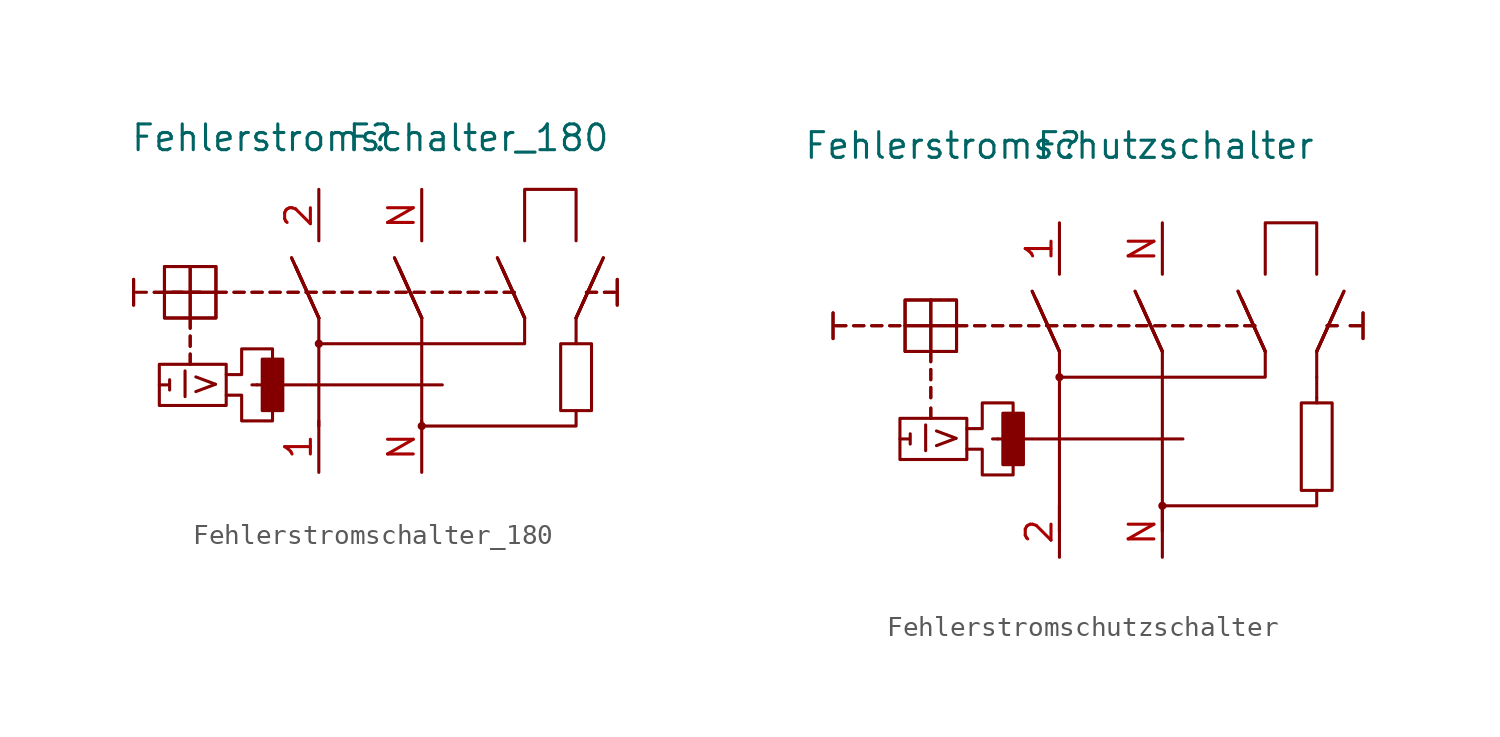
<source format=kicad_sym>
(kicad_symbol_lib
  (version 20231120)
  (generator "kicad_symbol_editor")
  (generator_version "8.0")
  (symbol "Fehlerstromschalter_180"
    (pin_names
      (offset 1.016))
    (property "Reference" "F"
      (at 2.54 2.54 0)
      (effects (font (size 1.27 1.27))))
    (property "Value" "Fehlerstromschalter_180"
      (at 2.54 2.54 0)
      (effects (font (size 1.27 1.27))))
    (symbol "Fehlerstromschalter_180_0_1"
      (polyline (pts (xy 0 -6.35) (xy 0 -11.684)) (stroke (width 0) (type solid)) (fill (type none)))
      (polyline (pts (xy 5.08 -6.35) (xy 5.08 -11.684)) (stroke (width 0) (type solid)) (fill (type none)))
      (rectangle (start 11.938 -7.62) (end 13.462 -10.922) (stroke (width 0) (type solid)) (fill (type none))))
    (symbol "Fehlerstromschalter_180_1_0"
      (circle (center 0 -7.62) (radius 0.127) (stroke (width 0) (type solid)) (fill (type none)))
      (polyline (pts (xy -9.144 -4.445) (xy -9.144 -5.715)) (stroke (width 0) (type solid)) (fill (type none)))
      (polyline (pts (xy -9.144 -4.445) (xy -9.144 -5.715)) (stroke (width 0) (type solid)) (fill (type none)))
      (polyline (pts (xy -7.62 -5.08) (xy -5.08 -5.08)) (stroke (width 0) (type solid)) (fill (type none)))
      (polyline (pts (xy -7.62 -5.08) (xy -5.08 -5.08)) (stroke (width 0) (type solid)) (fill (type none)))
      (polyline (pts (xy -3.048 -9.652) (xy -3.302 -9.652)) (stroke (width 0) (type solid)) (fill (type none)))
      (polyline (pts (xy -3.048 -9.652) (xy 6.096 -9.652)) (stroke (width 0) (type solid)) (fill (type none)))
      (polyline (pts (xy 14.732 -4.445) (xy 14.732 -5.715)) (stroke (width 0) (type solid)) (fill (type none)))
      (polyline (pts (xy 14.732 -4.445) (xy 14.732 -5.715)) (stroke (width 0) (type solid)) (fill (type none)))
      (polyline (pts (xy -6.35 -3.81) (xy -6.35 -6.35) (xy -6.35 -5.08)) (stroke (width 0) (type solid)) (fill (type none)))
      (polyline (pts (xy -6.35 -3.81) (xy -6.35 -6.35) (xy -6.35 -5.08)) (stroke (width 0) (type solid)) (fill (type none)))
      (polyline (pts (xy 12.7 -10.922) (xy 12.7 -11.684) (xy 5.08 -11.684)) (stroke (width 0) (type solid)) (fill (type none)))
      (polyline (pts (xy -7.874 -9.652) (xy -7.366 -9.652) (xy -7.366 -9.398) (xy -7.366 -9.906)) (stroke (width 0) (type solid)) (fill (type none)))
      (circle (center 5.08 -11.684) (radius 0.127) (stroke (width 0) (type solid)) (fill (type none)))
      (text ">" (at -5.588 -9.525 0) (effects (font (size 1.27 1.27))))
      (text "I" (at -6.604 -9.652 0) (effects (font (size 1.27 1.27)))))
    (symbol "Fehlerstromschalter_180_1_1"
      (rectangle (start -8.509 -5.08) (end -9.017 -5.08) (stroke (width 0) (type solid)) (fill (type none)))
      (rectangle (start -7.62 -5.08) (end -8.128 -5.08) (stroke (width 0) (type solid)) (fill (type none)))
      (rectangle (start -7.62 -5.08) (end -8.128 -5.08) (stroke (width 0) (type solid)) (fill (type none)))
      (rectangle (start -7.62 -3.81) (end -5.08 -6.35) (stroke (width 0) (type solid)) (fill (type none)))
      (rectangle (start -7.62 -3.81) (end -5.08 -6.35) (stroke (width 0) (type solid)) (fill (type none)))
      (rectangle (start -6.731 -5.08) (end -7.239 -5.08) (stroke (width 0) (type solid)) (fill (type none)))
      (rectangle (start -6.731 -5.08) (end -7.239 -5.08) (stroke (width 0) (type solid)) (fill (type none)))
      (rectangle (start -6.35 -8.128) (end -6.35 -8.636) (stroke (width 0) (type solid)) (fill (type none)))
      (rectangle (start -6.35 -8.128) (end -6.35 -8.636) (stroke (width 0) (type solid)) (fill (type none)))
      (rectangle (start -6.35 -7.239) (end -6.35 -7.747) (stroke (width 0) (type solid)) (fill (type none)))
      (rectangle (start -6.35 -7.239) (end -6.35 -7.747) (stroke (width 0) (type solid)) (fill (type none)))
      (rectangle (start -6.35 -6.35) (end -6.35 -6.858) (stroke (width 0) (type solid)) (fill (type none)))
      (rectangle (start -6.35 -6.35) (end -6.35 -6.858) (stroke (width 0) (type solid)) (fill (type none)))
      (rectangle (start -5.842 -5.08) (end -6.35 -5.08) (stroke (width 0) (type solid)) (fill (type none)))
      (rectangle (start -5.842 -5.08) (end -6.35 -5.08) (stroke (width 0) (type solid)) (fill (type none)))
      (rectangle (start -4.572 -8.636) (end -7.874 -10.668) (stroke (width 0) (type solid)) (fill (type none)))
      (rectangle (start -4.572 -5.08) (end -5.08 -5.08) (stroke (width 0) (type solid)) (fill (type none)))
      (rectangle (start -4.572 -5.08) (end -5.08 -5.08) (stroke (width 0) (type solid)) (fill (type none)))
      (rectangle (start -3.683 -5.08) (end -4.191 -5.08) (stroke (width 0) (type solid)) (fill (type none)))
      (rectangle (start -3.683 -5.08) (end -4.191 -5.08) (stroke (width 0) (type solid)) (fill (type none)))
      (rectangle (start -2.794 -5.08) (end -3.302 -5.08) (stroke (width 0) (type solid)) (fill (type none)))
      (rectangle (start -2.794 -5.08) (end -3.302 -5.08) (stroke (width 0) (type solid)) (fill (type none)))
      (rectangle (start -1.905 -5.08) (end -2.413 -5.08) (stroke (width 0) (type solid)) (fill (type none)))
      (rectangle (start -1.905 -5.08) (end -2.413 -5.08) (stroke (width 0) (type solid)) (fill (type none)))
      (rectangle (start -1.016 -5.08) (end -1.524 -5.08) (stroke (width 0) (type solid)) (fill (type none)))
      (rectangle (start -1.016 -5.08) (end -1.524 -5.08) (stroke (width 0) (type solid)) (fill (type none)))
      (rectangle (start -0.127 -5.08) (end -0.635 -5.08) (stroke (width 0) (type solid)) (fill (type none)))
      (rectangle (start -0.127 -5.08) (end -0.635 -5.08) (stroke (width 0) (type solid)) (fill (type none)))
      (polyline (pts (xy 0 -6.35) (xy -1.346 -3.378)) (stroke (width 0) (type solid)) (fill (type none)))
      (polyline (pts (xy 0 -6.35) (xy -1.346 -3.378)) (stroke (width 0) (type solid)) (fill (type none)))
      (polyline (pts (xy 0 -6.35) (xy -1.143 -3.81)) (stroke (width 0) (type solid)) (fill (type none)))
      (polyline (pts (xy 0 -6.35) (xy -1.143 -3.81)) (stroke (width 0) (type solid)) (fill (type none)))
      (polyline (pts (xy 5.08 -6.35) (xy 3.734 -3.378)) (stroke (width 0) (type solid)) (fill (type none)))
      (polyline (pts (xy 5.08 -6.35) (xy 3.734 -3.378)) (stroke (width 0) (type solid)) (fill (type none)))
      (polyline (pts (xy 5.08 -6.35) (xy 3.937 -3.81)) (stroke (width 0) (type solid)) (fill (type none)))
      (polyline (pts (xy 5.08 -6.35) (xy 3.937 -3.81)) (stroke (width 0) (type solid)) (fill (type none)))
      (polyline (pts (xy 10.16 -6.35) (xy 8.814 -3.378)) (stroke (width 0) (type solid)) (fill (type none)))
      (polyline (pts (xy 10.16 -6.35) (xy 8.814 -3.378)) (stroke (width 0) (type solid)) (fill (type none)))
      (polyline (pts (xy 10.16 -6.35) (xy 9.017 -3.81)) (stroke (width 0) (type solid)) (fill (type none)))
      (polyline (pts (xy 10.16 -6.35) (xy 9.017 -3.81)) (stroke (width 0) (type solid)) (fill (type none)))
      (polyline (pts (xy 12.7 -6.35) (xy 12.7 -7.62)) (stroke (width 0) (type solid)) (fill (type none)))
      (polyline (pts (xy 12.7 -6.35) (xy 13.843 -3.81)) (stroke (width 0) (type solid)) (fill (type none)))
      (polyline (pts (xy 12.7 -6.35) (xy 13.843 -3.81)) (stroke (width 0) (type solid)) (fill (type none)))
      (polyline (pts (xy 12.7 -6.35) (xy 14.046 -3.378)) (stroke (width 0) (type solid)) (fill (type none)))
      (polyline (pts (xy 12.7 -6.35) (xy 14.046 -3.378)) (stroke (width 0) (type solid)) (fill (type none)))
      (polyline (pts (xy 10.16 -6.35) (xy 10.16 -7.62) (xy 0 -7.62)) (stroke (width 0) (type solid)) (fill (type none)))
      (polyline (pts (xy 10.16 -2.54) (xy 10.16 0) (xy 12.7 0) (xy 12.7 -2.54)) (stroke (width 0) (type solid)) (fill (type none)))
      (polyline (pts (xy -2.286 -10.922) (xy -2.286 -11.43) (xy -3.81 -11.43) (xy -3.81 -10.16) (xy -4.572 -10.16)) (stroke (width 0) (type solid)) (fill (type none)))
      (polyline (pts (xy -2.286 -8.382) (xy -2.286 -7.874) (xy -3.81 -7.874) (xy -3.81 -9.144) (xy -4.572 -9.144)) (stroke (width 0) (type solid)) (fill (type none)))
      (polyline (pts (xy -1.778 -8.382) (xy -1.778 -10.922) (xy -2.794 -10.922) (xy -2.794 -8.382) (xy -1.778 -8.382) (xy -1.778 -10.922)) (stroke (width 0) (type solid)) (fill (type outline)))
      (rectangle (start 0.762 -5.08) (end 0.254 -5.08) (stroke (width 0) (type solid)) (fill (type none)))
      (rectangle (start 0.762 -5.08) (end 0.254 -5.08) (stroke (width 0) (type solid)) (fill (type none)))
      (rectangle (start 1.651 -5.08) (end 1.143 -5.08) (stroke (width 0) (type solid)) (fill (type none)))
      (rectangle (start 1.651 -5.08) (end 1.143 -5.08) (stroke (width 0) (type solid)) (fill (type none)))
      (rectangle (start 2.54 -5.08) (end 2.032 -5.08) (stroke (width 0) (type solid)) (fill (type none)))
      (rectangle (start 2.54 -5.08) (end 2.032 -5.08) (stroke (width 0) (type solid)) (fill (type none)))
      (rectangle (start 3.429 -5.08) (end 2.921 -5.08) (stroke (width 0) (type solid)) (fill (type none)))
      (rectangle (start 3.429 -5.08) (end 2.921 -5.08) (stroke (width 0) (type solid)) (fill (type none)))
      (rectangle (start 4.318 -5.08) (end 3.81 -5.08) (stroke (width 0) (type solid)) (fill (type none)))
      (rectangle (start 4.318 -5.08) (end 3.81 -5.08) (stroke (width 0) (type solid)) (fill (type none)))
      (rectangle (start 5.207 -5.08) (end 4.699 -5.08) (stroke (width 0) (type solid)) (fill (type none)))
      (rectangle (start 5.207 -5.08) (end 4.699 -5.08) (stroke (width 0) (type solid)) (fill (type none)))
      (rectangle (start 6.096 -5.08) (end 5.588 -5.08) (stroke (width 0) (type solid)) (fill (type none)))
      (rectangle (start 6.096 -5.08) (end 5.588 -5.08) (stroke (width 0) (type solid)) (fill (type none)))
      (rectangle (start 6.985 -5.08) (end 6.477 -5.08) (stroke (width 0) (type solid)) (fill (type none)))
      (rectangle (start 6.985 -5.08) (end 6.477 -5.08) (stroke (width 0) (type solid)) (fill (type none)))
      (rectangle (start 7.874 -5.08) (end 7.366 -5.08) (stroke (width 0) (type solid)) (fill (type none)))
      (rectangle (start 7.874 -5.08) (end 7.366 -5.08) (stroke (width 0) (type solid)) (fill (type none)))
      (rectangle (start 8.763 -5.08) (end 8.255 -5.08) (stroke (width 0) (type solid)) (fill (type none)))
      (rectangle (start 8.763 -5.08) (end 8.255 -5.08) (stroke (width 0) (type solid)) (fill (type none)))
      (rectangle (start 9.652 -5.08) (end 9.144 -5.08) (stroke (width 0) (type solid)) (fill (type none)))
      (rectangle (start 9.652 -5.08) (end 9.144 -5.08) (stroke (width 0) (type solid)) (fill (type none)))
      (rectangle (start 13.208 -5.08) (end 13.716 -5.08) (stroke (width 0) (type solid)) (fill (type none)))
      (rectangle (start 13.208 -5.08) (end 13.716 -5.08) (stroke (width 0) (type solid)) (fill (type none)))
      (rectangle (start 14.097 -5.08) (end 14.605 -5.08) (stroke (width 0) (type solid)) (fill (type none)))
      (rectangle (start 14.097 -5.08) (end 14.605 -5.08) (stroke (width 0) (type solid)) (fill (type none)))
      (pin input line (at 0 -13.97 90) (length 2.54) (name "~" (effects (font (size 1.27 1.27)))) (number "1" (effects (font (size 1.27 1.27)))))
      (pin input line (at 0 0 270) (length 2.54) (name "~" (effects (font (size 1.27 1.27)))) (number "2" (effects (font (size 1.27 1.27)))))
      (pin input line (at 5.08 -13.97 90) (length 2.54) (name "~" (effects (font (size 1.27 1.27)))) (number "N" (effects (font (size 1.27 1.27)))))
      (pin input line (at 5.08 0 270) (length 2.54) (name "~" (effects (font (size 1.27 1.27)))) (number "N" (effects (font (size 1.27 1.27)))))))
  (symbol "Fehlerstromschutzschalter"
    (pin_names
      (offset 1.016))
    (property "Reference" "F"
      (at 0 3.81 0)
      (effects (font (size 1.27 1.27))))
    (property "Value" "Fehlerstromschutzschalter"
      (at 0 3.81 0)
      (effects (font (size 1.27 1.27))))
    (symbol "Fehlerstromschutzschalter_0_0"
      (circle (center 0 -7.62) (radius 0.127) (stroke (width 0) (type solid)) (fill (type none)))
      (polyline (pts (xy -3.048 -10.668) (xy -3.302 -10.668)) (stroke (width 0) (type solid)) (fill (type none)))
      (polyline (pts (xy -3.048 -10.668) (xy 6.096 -10.668)) (stroke (width 0) (type solid)) (fill (type none)))
      (polyline (pts (xy 12.7 -8.636) (xy 12.7 -8.89)) (stroke (width 0) (type solid)) (fill (type none)))
      (polyline (pts (xy 12.7 -7.62) (xy 12.7 -8.636)) (stroke (width 0) (type solid)) (fill (type none)))
      (polyline (pts (xy 12.7 -13.208) (xy 12.7 -13.97) (xy 5.08 -13.97)) (stroke (width 0) (type solid)) (fill (type none)))
      (polyline (pts (xy -7.874 -10.668) (xy -7.366 -10.668) (xy -7.366 -10.414) (xy -7.366 -10.922)) (stroke (width 0) (type solid)) (fill (type none)))
      (circle (center 5.08 -13.97) (radius 0.127) (stroke (width 0) (type solid)) (fill (type none)))
      (rectangle (start 11.938 -8.89) (end 13.462 -13.208) (stroke (width 0) (type solid)) (fill (type none)))
      (text ">" (at -5.588 -10.541 0) (effects (font (size 1.27 1.27))))
      (text "I" (at -6.604 -10.668 0) (effects (font (size 1.27 1.27)))))
    (symbol "Fehlerstromschutzschalter_0_1"
      (rectangle (start -4.572 -9.652) (end -7.874 -11.684) (stroke (width 0) (type solid)) (fill (type none)))
      (polyline (pts (xy 0 -6.35) (xy 0 -15.24)) (stroke (width 0) (type solid)) (fill (type none)))
      (polyline (pts (xy 5.08 -6.35) (xy 5.08 -15.24)) (stroke (width 0) (type solid)) (fill (type none)))
      (polyline (pts (xy 12.7 -6.35) (xy 12.7 -7.62)) (stroke (width 0) (type solid)) (fill (type none)))
      (polyline (pts (xy 10.16 -6.35) (xy 10.16 -7.62) (xy 0 -7.62)) (stroke (width 0) (type solid)) (fill (type none)))
      (polyline (pts (xy 10.16 -2.54) (xy 10.16 0) (xy 12.7 0) (xy 12.7 -2.54)) (stroke (width 0) (type solid)) (fill (type none)))
      (polyline (pts (xy -2.286 -9.398) (xy -2.286 -8.89) (xy -3.81 -8.89) (xy -3.81 -10.16) (xy -4.572 -10.16)) (stroke (width 0) (type solid)) (fill (type none)))
      (polyline (pts (xy -1.778 -9.398) (xy -1.778 -11.938) (xy -2.794 -11.938) (xy -2.794 -9.398) (xy -1.778 -9.398) (xy -1.778 -11.938)) (stroke (width 0) (type solid)) (fill (type outline))))
    (symbol "Fehlerstromschutzschalter_1_0"
      (polyline (pts (xy -11.176 -4.445) (xy -11.176 -5.715)) (stroke (width 0) (type solid)) (fill (type none)))
      (polyline (pts (xy -11.176 -4.445) (xy -11.176 -5.715)) (stroke (width 0) (type solid)) (fill (type none)))
      (polyline (pts (xy -7.62 -5.08) (xy -5.08 -5.08)) (stroke (width 0) (type solid)) (fill (type none)))
      (polyline (pts (xy -7.62 -5.08) (xy -5.08 -5.08)) (stroke (width 0) (type solid)) (fill (type none)))
      (polyline (pts (xy 14.986 -4.445) (xy 14.986 -5.715)) (stroke (width 0) (type solid)) (fill (type none)))
      (polyline (pts (xy 14.986 -4.445) (xy 14.986 -5.715)) (stroke (width 0) (type solid)) (fill (type none)))
      (polyline (pts (xy -6.35 -3.81) (xy -6.35 -6.35) (xy -6.35 -5.08)) (stroke (width 0) (type solid)) (fill (type none)))
      (polyline (pts (xy -6.35 -3.81) (xy -6.35 -6.35) (xy -6.35 -5.08)) (stroke (width 0) (type solid)) (fill (type none))))
    (symbol "Fehlerstromschutzschalter_1_1"
      (rectangle (start -10.541 -5.08) (end -11.049 -5.08) (stroke (width 0) (type solid)) (fill (type none)))
      (rectangle (start -10.541 -5.08) (end -11.049 -5.08) (stroke (width 0) (type solid)) (fill (type none)))
      (rectangle (start -9.652 -5.08) (end -10.16 -5.08) (stroke (width 0) (type solid)) (fill (type none)))
      (rectangle (start -9.652 -5.08) (end -10.16 -5.08) (stroke (width 0) (type solid)) (fill (type none)))
      (rectangle (start -8.763 -5.08) (end -9.271 -5.08) (stroke (width 0) (type solid)) (fill (type none)))
      (rectangle (start -8.763 -5.08) (end -9.271 -5.08) (stroke (width 0) (type solid)) (fill (type none)))
      (rectangle (start -7.874 -5.08) (end -8.382 -5.08) (stroke (width 0) (type solid)) (fill (type none)))
      (rectangle (start -7.874 -5.08) (end -8.382 -5.08) (stroke (width 0) (type solid)) (fill (type none)))
      (rectangle (start -7.62 -3.81) (end -5.08 -6.35) (stroke (width 0) (type solid)) (fill (type none)))
      (rectangle (start -7.62 -3.81) (end -5.08 -6.35) (stroke (width 0) (type solid)) (fill (type none)))
      (rectangle (start -6.35 -9.144) (end -6.35 -9.652) (stroke (width 0) (type solid)) (fill (type none)))
      (rectangle (start -6.35 -9.144) (end -6.35 -9.652) (stroke (width 0) (type solid)) (fill (type none)))
      (rectangle (start -6.35 -8.128) (end -6.35 -8.636) (stroke (width 0) (type solid)) (fill (type none)))
      (rectangle (start -6.35 -8.128) (end -6.35 -8.636) (stroke (width 0) (type solid)) (fill (type none)))
      (rectangle (start -6.35 -7.239) (end -6.35 -7.747) (stroke (width 0) (type solid)) (fill (type none)))
      (rectangle (start -6.35 -7.239) (end -6.35 -7.747) (stroke (width 0) (type solid)) (fill (type none)))
      (rectangle (start -6.35 -6.35) (end -6.35 -6.858) (stroke (width 0) (type solid)) (fill (type none)))
      (rectangle (start -6.35 -6.35) (end -6.35 -6.858) (stroke (width 0) (type solid)) (fill (type none)))
      (rectangle (start -4.572 -5.08) (end -5.08 -5.08) (stroke (width 0) (type solid)) (fill (type none)))
      (rectangle (start -4.572 -5.08) (end -5.08 -5.08) (stroke (width 0) (type solid)) (fill (type none)))
      (rectangle (start -3.683 -5.08) (end -4.191 -5.08) (stroke (width 0) (type solid)) (fill (type none)))
      (rectangle (start -3.683 -5.08) (end -4.191 -5.08) (stroke (width 0) (type solid)) (fill (type none)))
      (rectangle (start -2.794 -5.08) (end -3.302 -5.08) (stroke (width 0) (type solid)) (fill (type none)))
      (rectangle (start -2.794 -5.08) (end -3.302 -5.08) (stroke (width 0) (type solid)) (fill (type none)))
      (rectangle (start -1.905 -5.08) (end -2.413 -5.08) (stroke (width 0) (type solid)) (fill (type none)))
      (rectangle (start -1.905 -5.08) (end -2.413 -5.08) (stroke (width 0) (type solid)) (fill (type none)))
      (rectangle (start -1.016 -5.08) (end -1.524 -5.08) (stroke (width 0) (type solid)) (fill (type none)))
      (rectangle (start -1.016 -5.08) (end -1.524 -5.08) (stroke (width 0) (type solid)) (fill (type none)))
      (rectangle (start -0.127 -5.08) (end -0.635 -5.08) (stroke (width 0) (type solid)) (fill (type none)))
      (rectangle (start -0.127 -5.08) (end -0.635 -5.08) (stroke (width 0) (type solid)) (fill (type none)))
      (polyline (pts (xy 0 -6.35) (xy -1.346 -3.378)) (stroke (width 0) (type solid)) (fill (type none)))
      (polyline (pts (xy 0 -6.35) (xy -1.346 -3.378)) (stroke (width 0) (type solid)) (fill (type none)))
      (polyline (pts (xy 0 -6.35) (xy -1.143 -3.81)) (stroke (width 0) (type solid)) (fill (type none)))
      (polyline (pts (xy 0 -6.35) (xy -1.143 -3.81)) (stroke (width 0) (type solid)) (fill (type none)))
      (polyline (pts (xy 5.08 -6.35) (xy 3.734 -3.378)) (stroke (width 0) (type solid)) (fill (type none)))
      (polyline (pts (xy 5.08 -6.35) (xy 3.734 -3.378)) (stroke (width 0) (type solid)) (fill (type none)))
      (polyline (pts (xy 5.08 -6.35) (xy 3.937 -3.81)) (stroke (width 0) (type solid)) (fill (type none)))
      (polyline (pts (xy 5.08 -6.35) (xy 3.937 -3.81)) (stroke (width 0) (type solid)) (fill (type none)))
      (polyline (pts (xy 10.16 -6.35) (xy 8.814 -3.378)) (stroke (width 0) (type solid)) (fill (type none)))
      (polyline (pts (xy 10.16 -6.35) (xy 8.814 -3.378)) (stroke (width 0) (type solid)) (fill (type none)))
      (polyline (pts (xy 10.16 -6.35) (xy 9.017 -3.81)) (stroke (width 0) (type solid)) (fill (type none)))
      (polyline (pts (xy 10.16 -6.35) (xy 9.017 -3.81)) (stroke (width 0) (type solid)) (fill (type none)))
      (polyline (pts (xy 12.7 -6.35) (xy 13.843 -3.81)) (stroke (width 0) (type solid)) (fill (type none)))
      (polyline (pts (xy 12.7 -6.35) (xy 13.843 -3.81)) (stroke (width 0) (type solid)) (fill (type none)))
      (polyline (pts (xy 12.7 -6.35) (xy 14.046 -3.378)) (stroke (width 0) (type solid)) (fill (type none)))
      (polyline (pts (xy 12.7 -6.35) (xy 14.046 -3.378)) (stroke (width 0) (type solid)) (fill (type none)))
      (polyline (pts (xy -2.286 -11.938) (xy -2.286 -12.446) (xy -3.81 -12.446) (xy -3.81 -11.176) (xy -4.572 -11.176)) (stroke (width 0) (type solid)) (fill (type none)))
      (rectangle (start 0.762 -5.08) (end 0.254 -5.08) (stroke (width 0) (type solid)) (fill (type none)))
      (rectangle (start 0.762 -5.08) (end 0.254 -5.08) (stroke (width 0) (type solid)) (fill (type none)))
      (rectangle (start 1.651 -5.08) (end 1.143 -5.08) (stroke (width 0) (type solid)) (fill (type none)))
      (rectangle (start 1.651 -5.08) (end 1.143 -5.08) (stroke (width 0) (type solid)) (fill (type none)))
      (rectangle (start 2.54 -5.08) (end 2.032 -5.08) (stroke (width 0) (type solid)) (fill (type none)))
      (rectangle (start 2.54 -5.08) (end 2.032 -5.08) (stroke (width 0) (type solid)) (fill (type none)))
      (rectangle (start 3.429 -5.08) (end 2.921 -5.08) (stroke (width 0) (type solid)) (fill (type none)))
      (rectangle (start 3.429 -5.08) (end 2.921 -5.08) (stroke (width 0) (type solid)) (fill (type none)))
      (rectangle (start 4.318 -5.08) (end 3.81 -5.08) (stroke (width 0) (type solid)) (fill (type none)))
      (rectangle (start 4.318 -5.08) (end 3.81 -5.08) (stroke (width 0) (type solid)) (fill (type none)))
      (rectangle (start 5.207 -5.08) (end 4.699 -5.08) (stroke (width 0) (type solid)) (fill (type none)))
      (rectangle (start 5.207 -5.08) (end 4.699 -5.08) (stroke (width 0) (type solid)) (fill (type none)))
      (rectangle (start 6.096 -5.08) (end 5.588 -5.08) (stroke (width 0) (type solid)) (fill (type none)))
      (rectangle (start 6.096 -5.08) (end 5.588 -5.08) (stroke (width 0) (type solid)) (fill (type none)))
      (rectangle (start 6.985 -5.08) (end 6.477 -5.08) (stroke (width 0) (type solid)) (fill (type none)))
      (rectangle (start 6.985 -5.08) (end 6.477 -5.08) (stroke (width 0) (type solid)) (fill (type none)))
      (rectangle (start 7.874 -5.08) (end 7.366 -5.08) (stroke (width 0) (type solid)) (fill (type none)))
      (rectangle (start 7.874 -5.08) (end 7.366 -5.08) (stroke (width 0) (type solid)) (fill (type none)))
      (rectangle (start 8.763 -5.08) (end 8.255 -5.08) (stroke (width 0) (type solid)) (fill (type none)))
      (rectangle (start 8.763 -5.08) (end 8.255 -5.08) (stroke (width 0) (type solid)) (fill (type none)))
      (rectangle (start 9.652 -5.08) (end 9.144 -5.08) (stroke (width 0) (type solid)) (fill (type none)))
      (rectangle (start 9.652 -5.08) (end 9.144 -5.08) (stroke (width 0) (type solid)) (fill (type none)))
      (rectangle (start 13.208 -5.08) (end 13.716 -5.08) (stroke (width 0) (type solid)) (fill (type none)))
      (rectangle (start 13.208 -5.08) (end 13.716 -5.08) (stroke (width 0) (type solid)) (fill (type none)))
      (rectangle (start 14.351 -5.08) (end 14.859 -5.08) (stroke (width 0) (type solid)) (fill (type none)))
      (rectangle (start 14.351 -5.08) (end 14.859 -5.08) (stroke (width 0) (type solid)) (fill (type none)))
      (pin input line (at 0 0 270) (length 2.54) (name "~" (effects (font (size 1.27 1.27)))) (number "1" (effects (font (size 1.27 1.27)))))
      (pin input line (at 0 -16.51 90) (length 2.54) (name "~" (effects (font (size 1.27 1.27)))) (number "2" (effects (font (size 1.27 1.27)))))
      (pin input line (at 5.08 -16.51 90) (length 2.54) (name "~" (effects (font (size 1.27 1.27)))) (number "N" (effects (font (size 1.27 1.27)))))
      (pin input line (at 5.08 0 270) (length 2.54) (name "~" (effects (font (size 1.27 1.27)))) (number "N" (effects (font (size 1.27 1.27))))))))
</source>
